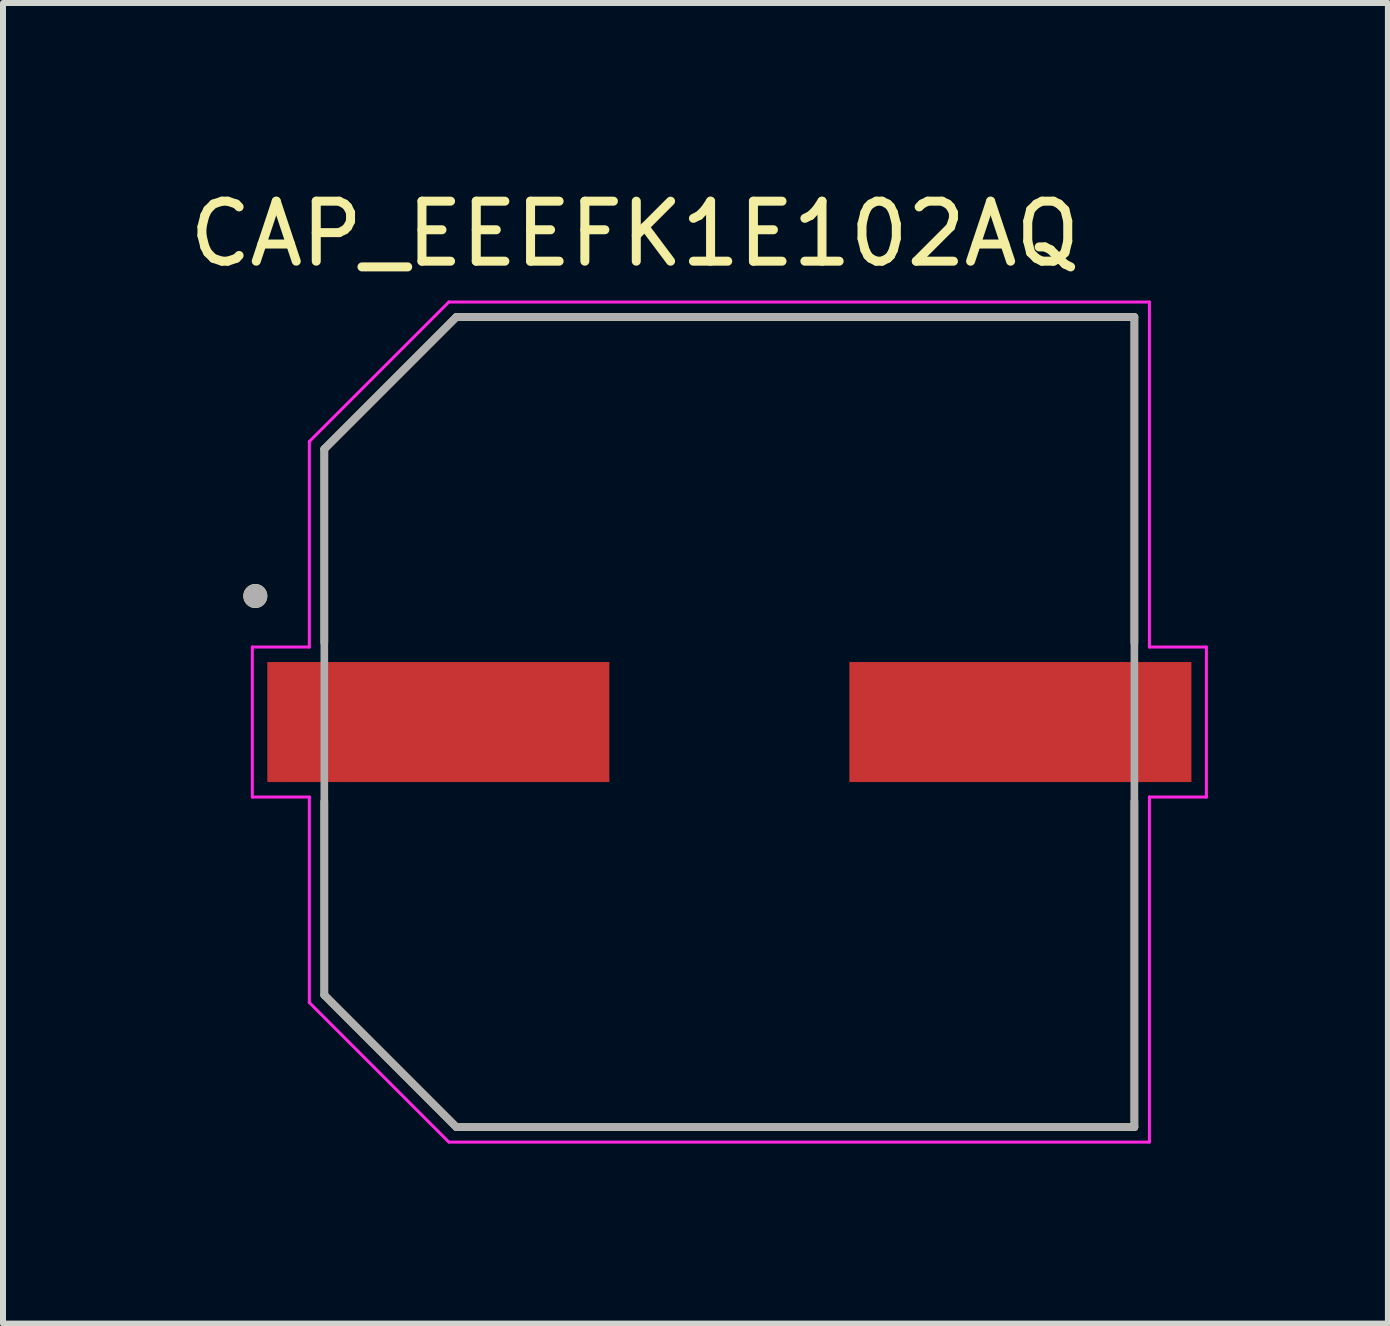
<source format=kicad_pcb>
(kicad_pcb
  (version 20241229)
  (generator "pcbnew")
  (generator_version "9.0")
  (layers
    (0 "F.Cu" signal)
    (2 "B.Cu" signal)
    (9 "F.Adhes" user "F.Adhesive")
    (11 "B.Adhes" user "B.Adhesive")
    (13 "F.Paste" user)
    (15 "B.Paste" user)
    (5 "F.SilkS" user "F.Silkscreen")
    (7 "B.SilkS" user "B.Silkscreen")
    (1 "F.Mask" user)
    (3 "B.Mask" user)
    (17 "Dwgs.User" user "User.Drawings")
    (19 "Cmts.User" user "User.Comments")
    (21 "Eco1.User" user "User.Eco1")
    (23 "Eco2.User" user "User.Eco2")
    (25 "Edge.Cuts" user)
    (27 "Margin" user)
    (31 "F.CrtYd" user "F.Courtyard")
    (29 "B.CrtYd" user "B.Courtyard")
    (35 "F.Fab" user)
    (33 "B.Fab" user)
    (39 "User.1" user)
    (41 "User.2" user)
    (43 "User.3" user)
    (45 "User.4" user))
  (footprint "CAP_EEEFK1E102AQ"
    (layer "F.Cu")
    (at 9.105 8.983)
    (property "Reference" "CAP_EEEFK1E102AQ" (at -1.575 -8.135 0) (layer "F.SilkS") (effects (font (size 1 1) (thickness 0.15))))
    (attr through_hole)
    (fp_line (start -6.75 -4.55) (end -6.75 -1.32) (stroke (width 0.127) (type solid)) (layer "F.SilkS"))
    (fp_line (start -6.75 1.32) (end -6.75 4.55) (stroke (width 0.127) (type solid)) (layer "F.SilkS"))
    (fp_line (start -6.75 4.55) (end -4.55 6.75) (stroke (width 0.127) (type solid)) (layer "F.SilkS"))
    (fp_line (start -4.55 -6.75) (end -6.75 -4.55) (stroke (width 0.127) (type solid)) (layer "F.SilkS"))
    (fp_line (start -4.55 6.75) (end 6.75 6.75) (stroke (width 0.127) (type solid)) (layer "F.SilkS"))
    (fp_line (start 6.75 -6.75) (end -4.55 -6.75) (stroke (width 0.127) (type solid)) (layer "F.SilkS"))
    (fp_line (start 6.75 -1.32) (end 6.75 -6.75) (stroke (width 0.127) (type solid)) (layer "F.SilkS"))
    (fp_line (start 6.75 6.75) (end 6.75 1.32) (stroke (width 0.127) (type solid)) (layer "F.SilkS"))
    (fp_circle (center -7.9 -2.1) (end -7.8 -2.1) (stroke (width 0.2) (type solid)) (fill no) (layer "F.SilkS"))
    (fp_line (start -7.95 -1.25) (end -7 -1.25) (stroke (width 0.05) (type solid)) (layer "F.CrtYd"))
    (fp_line (start -7.95 1.25) (end -7.95 -1.25) (stroke (width 0.05) (type solid)) (layer "F.CrtYd"))
    (fp_line (start -7 -4.675) (end -4.675 -7) (stroke (width 0.05) (type solid)) (layer "F.CrtYd"))
    (fp_line (start -7 -1.25) (end -7 -4.675) (stroke (width 0.05) (type solid)) (layer "F.CrtYd"))
    (fp_line (start -7 1.25) (end -7.95 1.25) (stroke (width 0.05) (type solid)) (layer "F.CrtYd"))
    (fp_line (start -7 4.675) (end -7 1.25) (stroke (width 0.05) (type solid)) (layer "F.CrtYd"))
    (fp_line (start -4.675 -7) (end 7 -7) (stroke (width 0.05) (type solid)) (layer "F.CrtYd"))
    (fp_line (start -4.675 7) (end -7 4.675) (stroke (width 0.05) (type solid)) (layer "F.CrtYd"))
    (fp_line (start 7 -7) (end 7 -1.25) (stroke (width 0.05) (type solid)) (layer "F.CrtYd"))
    (fp_line (start 7 -1.25) (end 7.95 -1.25) (stroke (width 0.05) (type solid)) (layer "F.CrtYd"))
    (fp_line (start 7 1.25) (end 7 7) (stroke (width 0.05) (type solid)) (layer "F.CrtYd"))
    (fp_line (start 7 7) (end -4.675 7) (stroke (width 0.05) (type solid)) (layer "F.CrtYd"))
    (fp_line (start 7.95 -1.25) (end 7.95 1.25) (stroke (width 0.05) (type solid)) (layer "F.CrtYd"))
    (fp_line (start 7.95 1.25) (end 7 1.25) (stroke (width 0.05) (type solid)) (layer "F.CrtYd"))
    (fp_line (start -6.75 -4.55) (end -6.75 4.55) (stroke (width 0.127) (type solid)) (layer "F.Fab"))
    (fp_line (start -6.75 4.55) (end -4.55 6.75) (stroke (width 0.127) (type solid)) (layer "F.Fab"))
    (fp_line (start -4.55 -6.75) (end -6.75 -4.55) (stroke (width 0.127) (type solid)) (layer "F.Fab"))
    (fp_line (start -4.55 6.75) (end 6.75 6.75) (stroke (width 0.127) (type solid)) (layer "F.Fab"))
    (fp_line (start 6.75 -6.75) (end -4.55 -6.75) (stroke (width 0.127) (type solid)) (layer "F.Fab"))
    (fp_line (start 6.75 6.75) (end 6.75 -6.75) (stroke (width 0.127) (type solid)) (layer "F.Fab"))
    (fp_circle (center -7.9 -2.1) (end -7.8 -2.1) (stroke (width 0.2) (type solid)) (fill no) (layer "F.Fab"))
    (pad "1" smd rect (at -4.85 0) (size 5.7 2) (layers "F.Cu" "F.Mask" "F.Paste"))
    (pad "2" smd rect (at 4.85 0) (size 5.7 2) (layers "F.Cu" "F.Mask" "F.Paste")))
  (gr_rect
    (start -3 -3)
    (end 20.08 19.008)
    (stroke (width 0.1) (type default))
    (fill no)
    (layer "Edge.Cuts")))
</source>
